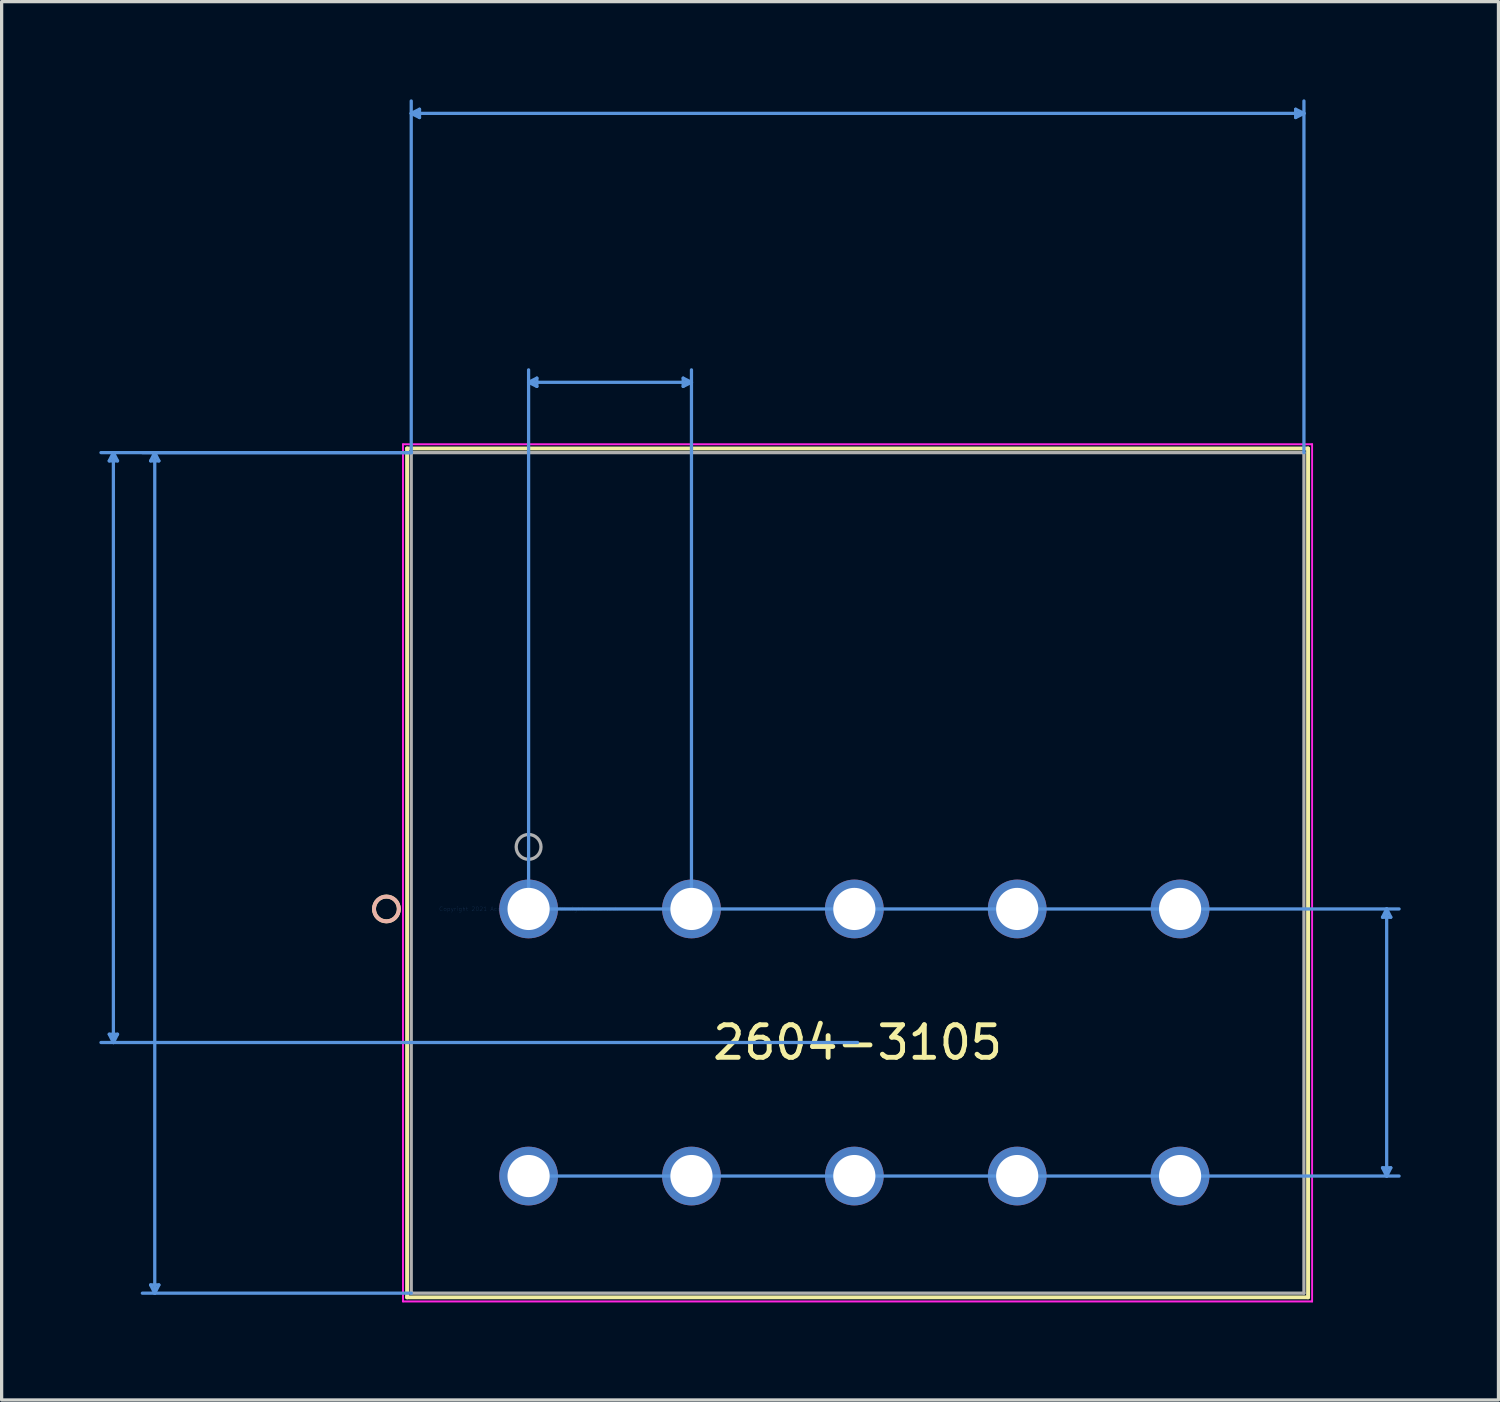
<source format=kicad_pcb>
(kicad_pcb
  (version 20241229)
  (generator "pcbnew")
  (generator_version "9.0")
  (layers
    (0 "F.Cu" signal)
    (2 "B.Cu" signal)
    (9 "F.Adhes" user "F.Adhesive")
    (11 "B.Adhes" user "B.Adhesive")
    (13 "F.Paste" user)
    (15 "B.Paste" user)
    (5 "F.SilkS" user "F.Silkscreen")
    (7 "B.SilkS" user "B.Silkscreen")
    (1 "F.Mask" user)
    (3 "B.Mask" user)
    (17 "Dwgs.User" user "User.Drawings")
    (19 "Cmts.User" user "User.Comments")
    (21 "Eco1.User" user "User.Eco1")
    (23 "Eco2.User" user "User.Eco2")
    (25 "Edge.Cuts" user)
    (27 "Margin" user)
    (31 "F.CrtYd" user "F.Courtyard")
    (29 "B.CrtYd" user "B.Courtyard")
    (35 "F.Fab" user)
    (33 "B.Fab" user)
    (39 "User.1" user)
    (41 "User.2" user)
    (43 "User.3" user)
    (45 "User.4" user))
  (footprint "2604-3105"
    (layer "F.Cu")
    (at 13.178 24.855)
    (property "Reference" "2604-3105" (at 10.1 4.1 0) (layer "F.SilkS") (effects (font (size 1 1) (thickness 0.15))))
    (attr through_hole)
    (fp_line (start -3.73 -14.137) (end -3.73 11.923) (stroke (width 0.12) (type solid)) (layer "F.SilkS"))
    (fp_line (start -3.73 11.923) (end 23.93 11.923) (stroke (width 0.12) (type solid)) (layer "F.SilkS"))
    (fp_line (start 23.93 -14.137) (end -3.73 -14.137) (stroke (width 0.12) (type solid)) (layer "F.SilkS"))
    (fp_line (start 23.93 11.923) (end 23.93 -14.137) (stroke (width 0.12) (type solid)) (layer "F.SilkS"))
    (fp_circle (center -4.365 0) (end -3.984 0) (stroke (width 0.12) (type solid)) (fill no) (layer "F.SilkS"))
    (fp_circle (center -4.365 0) (end -3.984 0) (stroke (width 0.12) (type solid)) (fill no) (layer "B.SilkS"))
    (fp_line (start -12.874 -13.756) (end -12.62 -13.756) (stroke (width 0.1) (type solid)) (layer "Cmts.User"))
    (fp_line (start -12.874 3.846) (end -12.62 3.846) (stroke (width 0.1) (type solid)) (layer "Cmts.User"))
    (fp_line (start -12.747 -14.01) (end -12.874 -13.756) (stroke (width 0.1) (type solid)) (layer "Cmts.User"))
    (fp_line (start -12.747 -14.01) (end -12.747 4.1) (stroke (width 0.1) (type solid)) (layer "Cmts.User"))
    (fp_line (start -12.747 -14.01) (end -12.62 -13.756) (stroke (width 0.1) (type solid)) (layer "Cmts.User"))
    (fp_line (start -12.747 4.1) (end -12.874 3.846) (stroke (width 0.1) (type solid)) (layer "Cmts.User"))
    (fp_line (start -12.747 4.1) (end -12.62 3.846) (stroke (width 0.1) (type solid)) (layer "Cmts.User"))
    (fp_line (start -11.604 -13.756) (end -11.35 -13.756) (stroke (width 0.1) (type solid)) (layer "Cmts.User"))
    (fp_line (start -11.604 11.542) (end -11.35 11.542) (stroke (width 0.1) (type solid)) (layer "Cmts.User"))
    (fp_line (start -11.477 -14.01) (end -11.604 -13.756) (stroke (width 0.1) (type solid)) (layer "Cmts.User"))
    (fp_line (start -11.477 -14.01) (end -11.477 11.796) (stroke (width 0.1) (type solid)) (layer "Cmts.User"))
    (fp_line (start -11.477 -14.01) (end -11.35 -13.756) (stroke (width 0.1) (type solid)) (layer "Cmts.User"))
    (fp_line (start -11.477 11.796) (end -11.604 11.542) (stroke (width 0.1) (type solid)) (layer "Cmts.User"))
    (fp_line (start -11.477 11.796) (end -11.35 11.542) (stroke (width 0.1) (type solid)) (layer "Cmts.User"))
    (fp_line (start -3.603 -24.424) (end -3.349 -24.551) (stroke (width 0.1) (type solid)) (layer "Cmts.User"))
    (fp_line (start -3.603 -24.424) (end -3.349 -24.297) (stroke (width 0.1) (type solid)) (layer "Cmts.User"))
    (fp_line (start -3.603 -24.424) (end 23.803 -24.424) (stroke (width 0.1) (type solid)) (layer "Cmts.User"))
    (fp_line (start -3.603 -14.01) (end -13.128 -14.01) (stroke (width 0.1) (type solid)) (layer "Cmts.User"))
    (fp_line (start -3.603 -14.01) (end -11.858 -14.01) (stroke (width 0.1) (type solid)) (layer "Cmts.User"))
    (fp_line (start -3.603 -14.01) (end -3.603 -24.805) (stroke (width 0.1) (type solid)) (layer "Cmts.User"))
    (fp_line (start -3.603 11.796) (end -11.858 11.796) (stroke (width 0.1) (type solid)) (layer "Cmts.User"))
    (fp_line (start -3.349 -24.551) (end -3.349 -24.297) (stroke (width 0.1) (type solid)) (layer "Cmts.User"))
    (fp_line (start 0 -16.169) (end 0.254 -16.296) (stroke (width 0.1) (type solid)) (layer "Cmts.User"))
    (fp_line (start 0 -16.169) (end 0.254 -16.042) (stroke (width 0.1) (type solid)) (layer "Cmts.User"))
    (fp_line (start 0 -16.169) (end 5 -16.169) (stroke (width 0.1) (type solid)) (layer "Cmts.User"))
    (fp_line (start 0 0) (end 0 -16.55) (stroke (width 0.1) (type solid)) (layer "Cmts.User"))
    (fp_line (start 0 0) (end 26.724 0) (stroke (width 0.1) (type solid)) (layer "Cmts.User"))
    (fp_line (start 0 8.2) (end 26.724 8.2) (stroke (width 0.1) (type solid)) (layer "Cmts.User"))
    (fp_line (start 0.254 -16.296) (end 0.254 -16.042) (stroke (width 0.1) (type solid)) (layer "Cmts.User"))
    (fp_line (start 4.746 -16.296) (end 4.746 -16.042) (stroke (width 0.1) (type solid)) (layer "Cmts.User"))
    (fp_line (start 5 -16.169) (end 4.746 -16.296) (stroke (width 0.1) (type solid)) (layer "Cmts.User"))
    (fp_line (start 5 -16.169) (end 4.746 -16.042) (stroke (width 0.1) (type solid)) (layer "Cmts.User"))
    (fp_line (start 5 0) (end 5 -16.55) (stroke (width 0.1) (type solid)) (layer "Cmts.User"))
    (fp_line (start 10.1 4.1) (end -13.128 4.1) (stroke (width 0.1) (type solid)) (layer "Cmts.User"))
    (fp_line (start 23.549 -24.551) (end 23.549 -24.297) (stroke (width 0.1) (type solid)) (layer "Cmts.User"))
    (fp_line (start 23.803 -24.424) (end 23.549 -24.551) (stroke (width 0.1) (type solid)) (layer "Cmts.User"))
    (fp_line (start 23.803 -24.424) (end 23.549 -24.297) (stroke (width 0.1) (type solid)) (layer "Cmts.User"))
    (fp_line (start 23.803 -14.01) (end 23.803 -24.805) (stroke (width 0.1) (type solid)) (layer "Cmts.User"))
    (fp_line (start 26.216 0.254) (end 26.47 0.254) (stroke (width 0.1) (type solid)) (layer "Cmts.User"))
    (fp_line (start 26.216 7.946) (end 26.47 7.946) (stroke (width 0.1) (type solid)) (layer "Cmts.User"))
    (fp_line (start 26.343 0) (end 26.216 0.254) (stroke (width 0.1) (type solid)) (layer "Cmts.User"))
    (fp_line (start 26.343 0) (end 26.343 8.2) (stroke (width 0.1) (type solid)) (layer "Cmts.User"))
    (fp_line (start 26.343 0) (end 26.47 0.254) (stroke (width 0.1) (type solid)) (layer "Cmts.User"))
    (fp_line (start 26.343 8.2) (end 26.216 7.946) (stroke (width 0.1) (type solid)) (layer "Cmts.User"))
    (fp_line (start 26.343 8.2) (end 26.47 7.946) (stroke (width 0.1) (type solid)) (layer "Cmts.User"))
    (fp_line (start -3.857 -14.264) (end -3.857 12.05) (stroke (width 0.05) (type solid)) (layer "F.CrtYd"))
    (fp_line (start -3.857 -14.264) (end -3.857 12.05) (stroke (width 0.05) (type solid)) (layer "F.CrtYd"))
    (fp_line (start -3.857 12.05) (end 24.057 12.05) (stroke (width 0.05) (type solid)) (layer "F.CrtYd"))
    (fp_line (start -3.857 12.05) (end 24.057 12.05) (stroke (width 0.05) (type solid)) (layer "F.CrtYd"))
    (fp_line (start 24.057 -14.264) (end -3.857 -14.264) (stroke (width 0.05) (type solid)) (layer "F.CrtYd"))
    (fp_line (start 24.057 -14.264) (end -3.857 -14.264) (stroke (width 0.05) (type solid)) (layer "F.CrtYd"))
    (fp_line (start 24.057 12.05) (end 24.057 -14.264) (stroke (width 0.05) (type solid)) (layer "F.CrtYd"))
    (fp_line (start 24.057 12.05) (end 24.057 -14.264) (stroke (width 0.05) (type solid)) (layer "F.CrtYd"))
    (fp_line (start -3.603 -14.01) (end -3.603 11.796) (stroke (width 0.1) (type solid)) (layer "F.Fab"))
    (fp_line (start -3.603 11.796) (end 23.803 11.796) (stroke (width 0.1) (type solid)) (layer "F.Fab"))
    (fp_line (start 23.803 -14.01) (end -3.603 -14.01) (stroke (width 0.1) (type solid)) (layer "F.Fab"))
    (fp_line (start 23.803 11.796) (end 23.803 -14.01) (stroke (width 0.1) (type solid)) (layer "F.Fab"))
    (fp_circle (center 0 -1.905) (end 0.381 -1.905) (stroke (width 0.1) (type solid)) (fill no) (layer "F.Fab"))
    (fp_text user "*" (at 0 0 0) (layer "F.SilkS") (effects (font (size 1 1) (thickness 0.15))))
    (fp_text user "Copyright 2021 Accelerated Designs. All rights reserved." (at 0 0 0) (layer "Cmts.User") (effects (font (size 0.127 0.127) (thickness 0.002))))
    (fp_text user "*" (at 0 0 0) (layer "F.Fab") (effects (font (size 1 1) (thickness 0.15))))
    (pad "1" thru_hole circle (at 0 0) (size 1.803 1.803) (drill 1.295) (layers "*.Cu" "*.Mask"))
    (pad "2" thru_hole circle (at 0 8.2) (size 1.803 1.803) (drill 1.295) (layers "*.Cu" "*.Mask"))
    (pad "3" thru_hole circle (at 5 0) (size 1.803 1.803) (drill 1.295) (layers "*.Cu" "*.Mask"))
    (pad "4" thru_hole circle (at 5 8.2) (size 1.803 1.803) (drill 1.295) (layers "*.Cu" "*.Mask"))
    (pad "5" thru_hole circle (at 10 0) (size 1.803 1.803) (drill 1.295) (layers "*.Cu" "*.Mask"))
    (pad "6" thru_hole circle (at 10 8.2) (size 1.803 1.803) (drill 1.295) (layers "*.Cu" "*.Mask"))
    (pad "7" thru_hole circle (at 15 0) (size 1.803 1.803) (drill 1.295) (layers "*.Cu" "*.Mask"))
    (pad "8" thru_hole circle (at 15 8.2) (size 1.803 1.803) (drill 1.295) (layers "*.Cu" "*.Mask"))
    (pad "9" thru_hole circle (at 20 0) (size 1.803 1.803) (drill 1.295) (layers "*.Cu" "*.Mask"))
    (pad "10" thru_hole circle (at 20 8.2) (size 1.803 1.803) (drill 1.295) (layers "*.Cu" "*.Mask")))
  (gr_rect
    (start -3 -3)
    (end 42.953 39.93)
    (stroke (width 0.1) (type default))
    (fill no)
    (layer "Edge.Cuts")))
</source>
